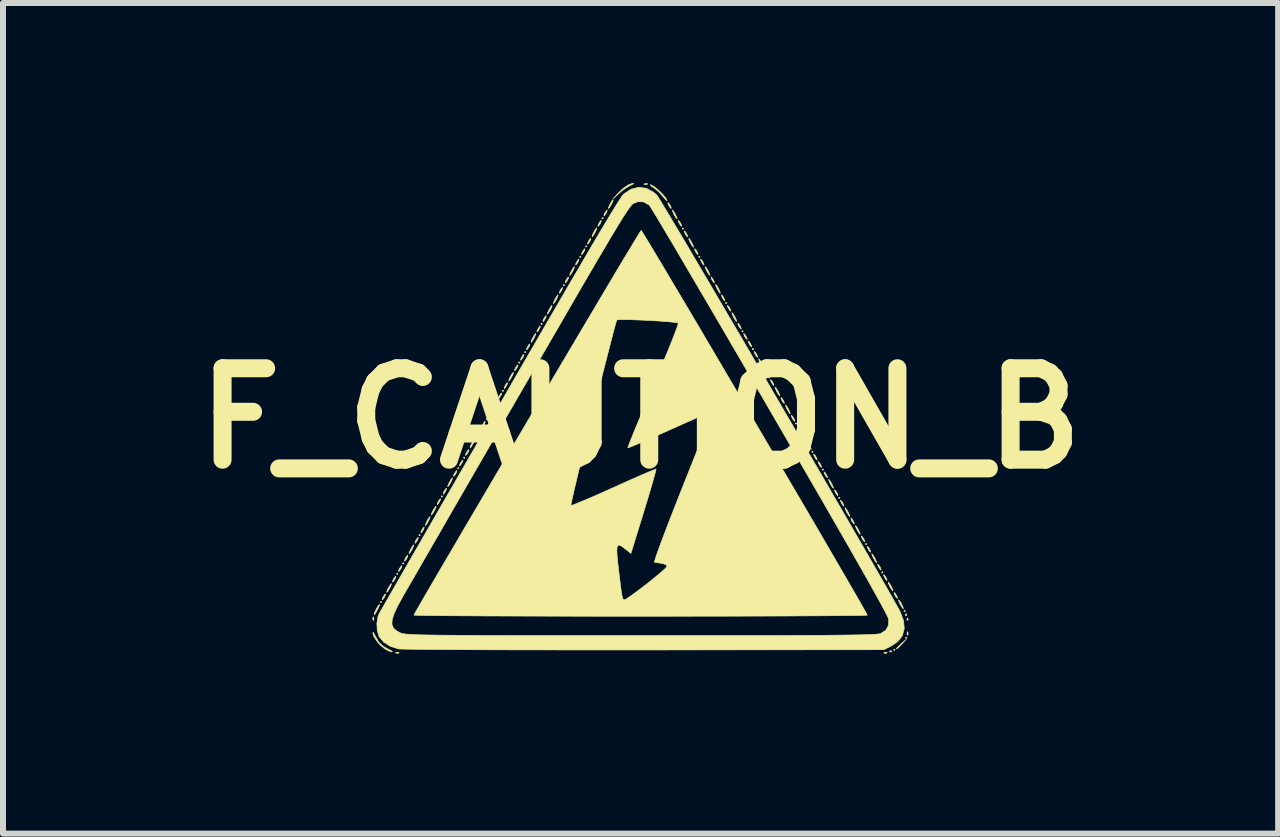
<source format=kicad_pcb>
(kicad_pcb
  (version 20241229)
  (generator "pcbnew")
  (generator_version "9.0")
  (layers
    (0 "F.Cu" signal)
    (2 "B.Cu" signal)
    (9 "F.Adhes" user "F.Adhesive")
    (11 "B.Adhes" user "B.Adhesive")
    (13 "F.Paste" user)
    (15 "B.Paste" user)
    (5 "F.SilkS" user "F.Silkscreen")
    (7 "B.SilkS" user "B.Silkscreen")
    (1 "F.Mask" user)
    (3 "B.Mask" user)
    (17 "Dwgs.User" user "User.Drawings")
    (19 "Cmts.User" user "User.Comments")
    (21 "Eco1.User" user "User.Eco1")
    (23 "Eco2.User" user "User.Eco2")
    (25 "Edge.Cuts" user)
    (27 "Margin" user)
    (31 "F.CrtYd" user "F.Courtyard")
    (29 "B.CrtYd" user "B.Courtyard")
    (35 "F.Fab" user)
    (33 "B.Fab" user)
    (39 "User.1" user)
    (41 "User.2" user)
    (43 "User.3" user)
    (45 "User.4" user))
  (footprint "F_CAUTION_B"
    (layer "F.Cu")
    (at 7.627 3.923)
    (property "Reference" "F_CAUTION_B" (at 0 0 0) (layer "F.SilkS") (effects (font (size 1.524 1.524) (thickness 0.3))))
    (attr through_hole)
    (fp_poly (pts (xy -4.316 3.063) (xy -4.328 3.076) (xy -4.341 3.063) (xy -4.328 3.051) (xy -4.316 3.063)) (stroke (width 0.01) (type solid)) (fill yes) (layer "F.SilkS"))
    (fp_poly (pts (xy -4.043 2.592) (xy -4.056 2.604) (xy -4.068 2.592) (xy -4.056 2.58) (xy -4.043 2.592)) (stroke (width 0.01) (type solid)) (fill yes) (layer "F.SilkS"))
    (fp_poly (pts (xy -3.944 2.418) (xy -3.956 2.431) (xy -3.969 2.418) (xy -3.956 2.406) (xy -3.944 2.418)) (stroke (width 0.01) (type solid)) (fill yes) (layer "F.SilkS"))
    (fp_poly (pts (xy -3.671 1.947) (xy -3.683 1.96) (xy -3.696 1.947) (xy -3.683 1.935) (xy -3.671 1.947)) (stroke (width 0.01) (type solid)) (fill yes) (layer "F.SilkS"))
    (fp_poly (pts (xy -3.299 1.302) (xy -3.311 1.315) (xy -3.324 1.302) (xy -3.311 1.29) (xy -3.299 1.302)) (stroke (width 0.01) (type solid)) (fill yes) (layer "F.SilkS"))
    (fp_poly (pts (xy -3.026 0.831) (xy -3.039 0.843) (xy -3.051 0.831) (xy -3.039 0.819) (xy -3.026 0.831)) (stroke (width 0.01) (type solid)) (fill yes) (layer "F.SilkS"))
    (fp_poly (pts (xy -2.927 0.657) (xy -2.939 0.67) (xy -2.952 0.657) (xy -2.939 0.645) (xy -2.927 0.657)) (stroke (width 0.01) (type solid)) (fill yes) (layer "F.SilkS"))
    (fp_poly (pts (xy -2.654 0.186) (xy -2.667 0.198) (xy -2.679 0.186) (xy -2.667 0.174) (xy -2.654 0.186)) (stroke (width 0.01) (type solid)) (fill yes) (layer "F.SilkS"))
    (fp_poly (pts (xy -2.282 -0.459) (xy -2.294 -0.446) (xy -2.307 -0.459) (xy -2.294 -0.471) (xy -2.282 -0.459)) (stroke (width 0.01) (type solid)) (fill yes) (layer "F.SilkS"))
    (fp_poly (pts (xy -2.009 -0.93) (xy -2.022 -0.918) (xy -2.034 -0.93) (xy -2.022 -0.943) (xy -2.009 -0.93)) (stroke (width 0.01) (type solid)) (fill yes) (layer "F.SilkS"))
    (fp_poly (pts (xy -1.91 -1.104) (xy -1.922 -1.091) (xy -1.935 -1.104) (xy -1.922 -1.116) (xy -1.91 -1.104)) (stroke (width 0.01) (type solid)) (fill yes) (layer "F.SilkS"))
    (fp_poly (pts (xy -1.637 -1.575) (xy -1.65 -1.563) (xy -1.662 -1.575) (xy -1.65 -1.587) (xy -1.637 -1.575)) (stroke (width 0.01) (type solid)) (fill yes) (layer "F.SilkS"))
    (fp_poly (pts (xy -1.265 -2.22) (xy -1.277 -2.208) (xy -1.29 -2.22) (xy -1.277 -2.232) (xy -1.265 -2.22)) (stroke (width 0.01) (type solid)) (fill yes) (layer "F.SilkS"))
    (fp_poly (pts (xy -0.992 -2.691) (xy -1.005 -2.679) (xy -1.017 -2.691) (xy -1.005 -2.704) (xy -0.992 -2.691)) (stroke (width 0.01) (type solid)) (fill yes) (layer "F.SilkS"))
    (fp_poly (pts (xy -0.893 -2.865) (xy -0.905 -2.853) (xy -0.918 -2.865) (xy -0.905 -2.877) (xy -0.893 -2.865)) (stroke (width 0.01) (type solid)) (fill yes) (layer "F.SilkS"))
    (fp_poly (pts (xy -0.62 -3.336) (xy -0.633 -3.324) (xy -0.645 -3.336) (xy -0.633 -3.349) (xy -0.62 -3.336)) (stroke (width 0.01) (type solid)) (fill yes) (layer "F.SilkS"))
    (fp_poly (pts (xy 0.719 -3.163) (xy 0.707 -3.15) (xy 0.695 -3.163) (xy 0.707 -3.175) (xy 0.719 -3.163)) (stroke (width 0.01) (type solid)) (fill yes) (layer "F.SilkS"))
    (fp_poly (pts (xy 0.992 -2.691) (xy 0.98 -2.679) (xy 0.967 -2.691) (xy 0.98 -2.704) (xy 0.992 -2.691)) (stroke (width 0.01) (type solid)) (fill yes) (layer "F.SilkS"))
    (fp_poly (pts (xy 1.439 -1.922) (xy 1.426 -1.91) (xy 1.414 -1.922) (xy 1.426 -1.935) (xy 1.439 -1.922)) (stroke (width 0.01) (type solid)) (fill yes) (layer "F.SilkS"))
    (fp_poly (pts (xy 1.712 -1.451) (xy 1.699 -1.439) (xy 1.687 -1.451) (xy 1.699 -1.463) (xy 1.712 -1.451)) (stroke (width 0.01) (type solid)) (fill yes) (layer "F.SilkS"))
    (fp_poly (pts (xy 1.885 -1.153) (xy 1.873 -1.141) (xy 1.86 -1.153) (xy 1.873 -1.166) (xy 1.885 -1.153)) (stroke (width 0.01) (type solid)) (fill yes) (layer "F.SilkS"))
    (fp_poly (pts (xy 2.158 -0.682) (xy 2.146 -0.67) (xy 2.133 -0.682) (xy 2.146 -0.695) (xy 2.158 -0.682)) (stroke (width 0.01) (type solid)) (fill yes) (layer "F.SilkS"))
    (fp_poly (pts (xy 2.604 0.087) (xy 2.592 0.099) (xy 2.58 0.087) (xy 2.592 0.074) (xy 2.604 0.087)) (stroke (width 0.01) (type solid)) (fill yes) (layer "F.SilkS"))
    (fp_poly (pts (xy 2.877 0.558) (xy 2.865 0.571) (xy 2.853 0.558) (xy 2.865 0.546) (xy 2.877 0.558)) (stroke (width 0.01) (type solid)) (fill yes) (layer "F.SilkS"))
    (fp_poly (pts (xy 3.051 0.856) (xy 3.039 0.868) (xy 3.026 0.856) (xy 3.039 0.843) (xy 3.051 0.856)) (stroke (width 0.01) (type solid)) (fill yes) (layer "F.SilkS"))
    (fp_poly (pts (xy 3.324 1.327) (xy 3.311 1.339) (xy 3.299 1.327) (xy 3.311 1.315) (xy 3.324 1.327)) (stroke (width 0.01) (type solid)) (fill yes) (layer "F.SilkS"))
    (fp_poly (pts (xy 3.77 2.096) (xy 3.758 2.108) (xy 3.746 2.096) (xy 3.758 2.084) (xy 3.77 2.096)) (stroke (width 0.01) (type solid)) (fill yes) (layer "F.SilkS"))
    (fp_poly (pts (xy 4.043 2.567) (xy 4.031 2.58) (xy 4.018 2.567) (xy 4.031 2.555) (xy 4.043 2.567)) (stroke (width 0.01) (type solid)) (fill yes) (layer "F.SilkS"))
    (fp_poly (pts (xy 4.242 3.857) (xy 4.229 3.87) (xy 4.217 3.857) (xy 4.229 3.845) (xy 4.242 3.857)) (stroke (width 0.01) (type solid)) (fill yes) (layer "F.SilkS"))
    (fp_poly (pts (xy 4.415 3.212) (xy 4.403 3.225) (xy 4.39 3.212) (xy 4.403 3.2) (xy 4.415 3.212)) (stroke (width 0.01) (type solid)) (fill yes) (layer "F.SilkS"))
    (fp_poly (pts (xy 4.44 3.659) (xy 4.428 3.671) (xy 4.415 3.659) (xy 4.428 3.646) (xy 4.44 3.659)) (stroke (width 0.01) (type solid)) (fill yes) (layer "F.SilkS"))
    (fp_poly (pts (xy -4.448 3.319) (xy -4.445 3.358) (xy -4.45 3.367) (xy -4.461 3.359) (xy -4.463 3.334) (xy -4.457 3.308) (xy -4.448 3.319)) (stroke (width 0.01) (type solid)) (fill yes) (layer "F.SilkS"))
    (fp_poly (pts (xy -4.025 3.904) (xy -4.032 3.915) (xy -4.058 3.917) (xy -4.084 3.911) (xy -4.073 3.902) (xy -4.034 3.899) (xy -4.025 3.904)) (stroke (width 0.01) (type solid)) (fill yes) (layer "F.SilkS"))
    (fp_poly (pts (xy 0.117 -3.909) (xy 0.11 -3.898) (xy 0.085 -3.896) (xy 0.058 -3.902) (xy 0.07 -3.911) (xy 0.109 -3.914) (xy 0.117 -3.909)) (stroke (width 0.01) (type solid)) (fill yes) (layer "F.SilkS"))
    (fp_poly (pts (xy 4.111 3.904) (xy 4.103 3.915) (xy 4.078 3.917) (xy 4.052 3.911) (xy 4.063 3.902) (xy 4.102 3.899) (xy 4.111 3.904)) (stroke (width 0.01) (type solid)) (fill yes) (layer "F.SilkS"))
    (fp_poly (pts (xy 4.184 3.878) (xy 4.18 3.893) (xy 4.167 3.894) (xy 4.147 3.885) (xy 4.151 3.878) (xy 4.18 3.875) (xy 4.184 3.878)) (stroke (width 0.01) (type solid)) (fill yes) (layer "F.SilkS"))
    (fp_poly (pts (xy 4.432 3.258) (xy 4.435 3.287) (xy 4.432 3.291) (xy 4.417 3.287) (xy 4.415 3.274) (xy 4.424 3.254) (xy 4.432 3.258)) (stroke (width 0.01) (type solid)) (fill yes) (layer "F.SilkS"))
    (fp_poly (pts (xy 4.457 3.332) (xy 4.46 3.362) (xy 4.457 3.365) (xy 4.442 3.362) (xy 4.44 3.349) (xy 4.449 3.328) (xy 4.457 3.332)) (stroke (width 0.01) (type solid)) (fill yes) (layer "F.SilkS"))
    (fp_poly (pts (xy 4.457 3.567) (xy 4.46 3.606) (xy 4.455 3.615) (xy 4.444 3.607) (xy 4.442 3.582) (xy 4.448 3.556) (xy 4.457 3.567)) (stroke (width 0.01) (type solid)) (fill yes) (layer "F.SilkS"))
    (fp_poly (pts (xy -4.252 2.945) (xy -4.266 2.977) (xy -4.292 3.016) (xy -4.305 3.026) (xy -4.305 3.008) (xy -4.291 2.977) (xy -4.266 2.938) (xy -4.252 2.927) (xy -4.252 2.945)) (stroke (width 0.01) (type solid)) (fill yes) (layer "F.SilkS"))
    (fp_poly (pts (xy -4.079 2.648) (xy -4.093 2.679) (xy -4.118 2.718) (xy -4.132 2.729) (xy -4.132 2.71) (xy -4.118 2.679) (xy -4.092 2.64) (xy -4.079 2.629) (xy -4.079 2.648)) (stroke (width 0.01) (type solid)) (fill yes) (layer "F.SilkS"))
    (fp_poly (pts (xy -3.98 2.474) (xy -3.994 2.505) (xy -4.019 2.544) (xy -4.033 2.555) (xy -4.032 2.537) (xy -4.018 2.505) (xy -3.993 2.466) (xy -3.979 2.456) (xy -3.98 2.474)) (stroke (width 0.01) (type solid)) (fill yes) (layer "F.SilkS"))
    (fp_poly (pts (xy -3.88 2.3) (xy -3.894 2.332) (xy -3.92 2.371) (xy -3.933 2.381) (xy -3.933 2.363) (xy -3.919 2.332) (xy -3.894 2.293) (xy -3.88 2.282) (xy -3.88 2.3)) (stroke (width 0.01) (type solid)) (fill yes) (layer "F.SilkS"))
    (fp_poly (pts (xy -3.707 2.003) (xy -3.721 2.034) (xy -3.746 2.073) (xy -3.76 2.084) (xy -3.759 2.065) (xy -3.746 2.034) (xy -3.72 1.995) (xy -3.707 1.984) (xy -3.707 2.003)) (stroke (width 0.01) (type solid)) (fill yes) (layer "F.SilkS"))
    (fp_poly (pts (xy -3.608 1.829) (xy -3.621 1.86) (xy -3.647 1.899) (xy -3.66 1.91) (xy -3.66 1.892) (xy -3.646 1.86) (xy -3.621 1.821) (xy -3.607 1.811) (xy -3.608 1.829)) (stroke (width 0.01) (type solid)) (fill yes) (layer "F.SilkS"))
    (fp_poly (pts (xy -3.335 1.358) (xy -3.349 1.389) (xy -3.374 1.428) (xy -3.388 1.439) (xy -3.387 1.42) (xy -3.373 1.389) (xy -3.348 1.35) (xy -3.334 1.339) (xy -3.335 1.358)) (stroke (width 0.01) (type solid)) (fill yes) (layer "F.SilkS"))
    (fp_poly (pts (xy -3.235 1.184) (xy -3.249 1.215) (xy -3.275 1.254) (xy -3.288 1.265) (xy -3.288 1.247) (xy -3.274 1.215) (xy -3.249 1.176) (xy -3.235 1.166) (xy -3.235 1.184)) (stroke (width 0.01) (type solid)) (fill yes) (layer "F.SilkS"))
    (fp_poly (pts (xy -3.062 0.886) (xy -3.076 0.918) (xy -3.101 0.957) (xy -3.115 0.967) (xy -3.115 0.949) (xy -3.101 0.918) (xy -3.075 0.879) (xy -3.062 0.868) (xy -3.062 0.886)) (stroke (width 0.01) (type solid)) (fill yes) (layer "F.SilkS"))
    (fp_poly (pts (xy -2.963 0.713) (xy -2.977 0.744) (xy -3.002 0.783) (xy -3.016 0.794) (xy -3.015 0.776) (xy -3.001 0.744) (xy -2.976 0.705) (xy -2.962 0.695) (xy -2.963 0.713)) (stroke (width 0.01) (type solid)) (fill yes) (layer "F.SilkS"))
    (fp_poly (pts (xy -2.863 0.539) (xy -2.877 0.571) (xy -2.903 0.609) (xy -2.916 0.62) (xy -2.916 0.602) (xy -2.902 0.571) (xy -2.877 0.532) (xy -2.863 0.521) (xy -2.863 0.539)) (stroke (width 0.01) (type solid)) (fill yes) (layer "F.SilkS"))
    (fp_poly (pts (xy -2.69 0.241) (xy -2.704 0.273) (xy -2.729 0.312) (xy -2.743 0.322) (xy -2.742 0.304) (xy -2.729 0.273) (xy -2.703 0.234) (xy -2.69 0.223) (xy -2.69 0.241)) (stroke (width 0.01) (type solid)) (fill yes) (layer "F.SilkS"))
    (fp_poly (pts (xy -2.591 0.068) (xy -2.604 0.099) (xy -2.63 0.138) (xy -2.643 0.149) (xy -2.643 0.131) (xy -2.629 0.099) (xy -2.604 0.06) (xy -2.59 0.05) (xy -2.591 0.068)) (stroke (width 0.01) (type solid)) (fill yes) (layer "F.SilkS"))
    (fp_poly (pts (xy -2.318 -0.403) (xy -2.332 -0.372) (xy -2.357 -0.333) (xy -2.371 -0.322) (xy -2.37 -0.341) (xy -2.356 -0.372) (xy -2.331 -0.411) (xy -2.317 -0.422) (xy -2.318 -0.403)) (stroke (width 0.01) (type solid)) (fill yes) (layer "F.SilkS"))
    (fp_poly (pts (xy -2.218 -0.577) (xy -2.232 -0.546) (xy -2.258 -0.507) (xy -2.271 -0.496) (xy -2.271 -0.514) (xy -2.257 -0.546) (xy -2.232 -0.585) (xy -2.218 -0.595) (xy -2.218 -0.577)) (stroke (width 0.01) (type solid)) (fill yes) (layer "F.SilkS"))
    (fp_poly (pts (xy -2.045 -0.875) (xy -2.059 -0.843) (xy -2.084 -0.804) (xy -2.098 -0.794) (xy -2.098 -0.812) (xy -2.084 -0.843) (xy -2.058 -0.882) (xy -2.045 -0.893) (xy -2.045 -0.875)) (stroke (width 0.01) (type solid)) (fill yes) (layer "F.SilkS"))
    (fp_poly (pts (xy -1.946 -1.048) (xy -1.96 -1.017) (xy -1.985 -0.978) (xy -1.999 -0.967) (xy -1.998 -0.986) (xy -1.984 -1.017) (xy -1.959 -1.056) (xy -1.945 -1.067) (xy -1.946 -1.048)) (stroke (width 0.01) (type solid)) (fill yes) (layer "F.SilkS"))
    (fp_poly (pts (xy -1.846 -1.222) (xy -1.86 -1.191) (xy -1.886 -1.152) (xy -1.899 -1.141) (xy -1.899 -1.159) (xy -1.885 -1.191) (xy -1.86 -1.23) (xy -1.846 -1.24) (xy -1.846 -1.222)) (stroke (width 0.01) (type solid)) (fill yes) (layer "F.SilkS"))
    (fp_poly (pts (xy -1.673 -1.52) (xy -1.687 -1.488) (xy -1.712 -1.449) (xy -1.726 -1.439) (xy -1.726 -1.457) (xy -1.712 -1.488) (xy -1.686 -1.527) (xy -1.673 -1.538) (xy -1.673 -1.52)) (stroke (width 0.01) (type solid)) (fill yes) (layer "F.SilkS"))
    (fp_poly (pts (xy -1.574 -1.693) (xy -1.587 -1.662) (xy -1.613 -1.623) (xy -1.626 -1.612) (xy -1.626 -1.631) (xy -1.612 -1.662) (xy -1.587 -1.701) (xy -1.573 -1.712) (xy -1.574 -1.693)) (stroke (width 0.01) (type solid)) (fill yes) (layer "F.SilkS"))
    (fp_poly (pts (xy -1.301 -2.165) (xy -1.315 -2.133) (xy -1.34 -2.094) (xy -1.354 -2.084) (xy -1.353 -2.102) (xy -1.339 -2.133) (xy -1.314 -2.172) (xy -1.3 -2.183) (xy -1.301 -2.165)) (stroke (width 0.01) (type solid)) (fill yes) (layer "F.SilkS"))
    (fp_poly (pts (xy -1.201 -2.338) (xy -1.215 -2.307) (xy -1.241 -2.268) (xy -1.254 -2.257) (xy -1.254 -2.275) (xy -1.24 -2.307) (xy -1.215 -2.346) (xy -1.201 -2.356) (xy -1.201 -2.338)) (stroke (width 0.01) (type solid)) (fill yes) (layer "F.SilkS"))
    (fp_poly (pts (xy -1.028 -2.636) (xy -1.042 -2.604) (xy -1.067 -2.566) (xy -1.081 -2.555) (xy -1.081 -2.573) (xy -1.067 -2.604) (xy -1.041 -2.643) (xy -1.028 -2.654) (xy -1.028 -2.636)) (stroke (width 0.01) (type solid)) (fill yes) (layer "F.SilkS"))
    (fp_poly (pts (xy -0.929 -2.81) (xy -0.943 -2.778) (xy -0.968 -2.739) (xy -0.982 -2.729) (xy -0.981 -2.747) (xy -0.967 -2.778) (xy -0.942 -2.817) (xy -0.928 -2.828) (xy -0.929 -2.81)) (stroke (width 0.01) (type solid)) (fill yes) (layer "F.SilkS"))
    (fp_poly (pts (xy -0.829 -2.983) (xy -0.843 -2.952) (xy -0.869 -2.913) (xy -0.882 -2.902) (xy -0.882 -2.92) (xy -0.868 -2.952) (xy -0.843 -2.991) (xy -0.829 -3.001) (xy -0.829 -2.983)) (stroke (width 0.01) (type solid)) (fill yes) (layer "F.SilkS"))
    (fp_poly (pts (xy -0.656 -3.281) (xy -0.67 -3.249) (xy -0.695 -3.21) (xy -0.709 -3.2) (xy -0.709 -3.218) (xy -0.695 -3.249) (xy -0.669 -3.288) (xy -0.656 -3.299) (xy -0.656 -3.281)) (stroke (width 0.01) (type solid)) (fill yes) (layer "F.SilkS"))
    (fp_poly (pts (xy -0.557 -3.454) (xy -0.571 -3.423) (xy -0.596 -3.384) (xy -0.609 -3.373) (xy -0.609 -3.392) (xy -0.595 -3.423) (xy -0.57 -3.462) (xy -0.556 -3.473) (xy -0.557 -3.454)) (stroke (width 0.01) (type solid)) (fill yes) (layer "F.SilkS"))
    (fp_poly (pts (xy 0.477 -3.578) (xy 0.496 -3.547) (xy 0.512 -3.509) (xy 0.51 -3.497) (xy 0.49 -3.516) (xy 0.471 -3.547) (xy 0.455 -3.585) (xy 0.457 -3.597) (xy 0.477 -3.578)) (stroke (width 0.01) (type solid)) (fill yes) (layer "F.SilkS"))
    (fp_poly (pts (xy 0.651 -3.28) (xy 0.67 -3.249) (xy 0.686 -3.211) (xy 0.684 -3.2) (xy 0.664 -3.219) (xy 0.645 -3.249) (xy 0.629 -3.288) (xy 0.631 -3.299) (xy 0.651 -3.28)) (stroke (width 0.01) (type solid)) (fill yes) (layer "F.SilkS"))
    (fp_poly (pts (xy 0.75 -3.106) (xy 0.769 -3.076) (xy 0.785 -3.037) (xy 0.783 -3.026) (xy 0.763 -3.045) (xy 0.744 -3.076) (xy 0.728 -3.114) (xy 0.73 -3.125) (xy 0.75 -3.106)) (stroke (width 0.01) (type solid)) (fill yes) (layer "F.SilkS"))
    (fp_poly (pts (xy 0.924 -2.809) (xy 0.943 -2.778) (xy 0.959 -2.74) (xy 0.957 -2.729) (xy 0.937 -2.748) (xy 0.918 -2.778) (xy 0.902 -2.816) (xy 0.904 -2.828) (xy 0.924 -2.809)) (stroke (width 0.01) (type solid)) (fill yes) (layer "F.SilkS"))
    (fp_poly (pts (xy 1.023 -2.635) (xy 1.042 -2.604) (xy 1.058 -2.566) (xy 1.056 -2.555) (xy 1.036 -2.574) (xy 1.017 -2.604) (xy 1.001 -2.643) (xy 1.003 -2.654) (xy 1.023 -2.635)) (stroke (width 0.01) (type solid)) (fill yes) (layer "F.SilkS"))
    (fp_poly (pts (xy 1.196 -2.337) (xy 1.215 -2.307) (xy 1.231 -2.268) (xy 1.23 -2.257) (xy 1.21 -2.276) (xy 1.191 -2.307) (xy 1.175 -2.345) (xy 1.176 -2.356) (xy 1.196 -2.337)) (stroke (width 0.01) (type solid)) (fill yes) (layer "F.SilkS"))
    (fp_poly (pts (xy 1.37 -2.04) (xy 1.389 -2.009) (xy 1.405 -1.971) (xy 1.403 -1.96) (xy 1.383 -1.979) (xy 1.364 -2.009) (xy 1.348 -2.048) (xy 1.35 -2.059) (xy 1.37 -2.04)) (stroke (width 0.01) (type solid)) (fill yes) (layer "F.SilkS"))
    (fp_poly (pts (xy 1.469 -1.866) (xy 1.488 -1.836) (xy 1.504 -1.797) (xy 1.502 -1.786) (xy 1.483 -1.805) (xy 1.463 -1.836) (xy 1.448 -1.874) (xy 1.449 -1.885) (xy 1.469 -1.866)) (stroke (width 0.01) (type solid)) (fill yes) (layer "F.SilkS"))
    (fp_poly (pts (xy 1.643 -1.568) (xy 1.662 -1.538) (xy 1.678 -1.5) (xy 1.676 -1.488) (xy 1.656 -1.507) (xy 1.637 -1.538) (xy 1.621 -1.576) (xy 1.623 -1.587) (xy 1.643 -1.568)) (stroke (width 0.01) (type solid)) (fill yes) (layer "F.SilkS"))
    (fp_poly (pts (xy 1.742 -1.395) (xy 1.761 -1.364) (xy 1.777 -1.326) (xy 1.775 -1.315) (xy 1.755 -1.334) (xy 1.736 -1.364) (xy 1.72 -1.403) (xy 1.722 -1.414) (xy 1.742 -1.395)) (stroke (width 0.01) (type solid)) (fill yes) (layer "F.SilkS"))
    (fp_poly (pts (xy 1.817 -1.271) (xy 1.836 -1.24) (xy 1.852 -1.202) (xy 1.85 -1.191) (xy 1.83 -1.21) (xy 1.811 -1.24) (xy 1.795 -1.279) (xy 1.797 -1.29) (xy 1.817 -1.271)) (stroke (width 0.01) (type solid)) (fill yes) (layer "F.SilkS"))
    (fp_poly (pts (xy 1.916 -1.097) (xy 1.935 -1.067) (xy 1.951 -1.028) (xy 1.949 -1.017) (xy 1.929 -1.036) (xy 1.91 -1.067) (xy 1.894 -1.105) (xy 1.896 -1.116) (xy 1.916 -1.097)) (stroke (width 0.01) (type solid)) (fill yes) (layer "F.SilkS"))
    (fp_poly (pts (xy 2.089 -0.8) (xy 2.108 -0.769) (xy 2.124 -0.731) (xy 2.123 -0.719) (xy 2.103 -0.738) (xy 2.084 -0.769) (xy 2.068 -0.807) (xy 2.069 -0.819) (xy 2.089 -0.8)) (stroke (width 0.01) (type solid)) (fill yes) (layer "F.SilkS"))
    (fp_poly (pts (xy 2.189 -0.626) (xy 2.208 -0.595) (xy 2.224 -0.557) (xy 2.222 -0.546) (xy 2.202 -0.565) (xy 2.183 -0.595) (xy 2.167 -0.634) (xy 2.169 -0.645) (xy 2.189 -0.626)) (stroke (width 0.01) (type solid)) (fill yes) (layer "F.SilkS"))
    (fp_poly (pts (xy 2.362 -0.328) (xy 2.381 -0.298) (xy 2.397 -0.259) (xy 2.395 -0.248) (xy 2.375 -0.267) (xy 2.356 -0.298) (xy 2.34 -0.336) (xy 2.342 -0.347) (xy 2.362 -0.328)) (stroke (width 0.01) (type solid)) (fill yes) (layer "F.SilkS"))
    (fp_poly (pts (xy 2.536 -0.031) (xy 2.555 0) (xy 2.571 0.038) (xy 2.569 0.05) (xy 2.549 0.031) (xy 2.53 0) (xy 2.514 -0.038) (xy 2.516 -0.05) (xy 2.536 -0.031)) (stroke (width 0.01) (type solid)) (fill yes) (layer "F.SilkS"))
    (fp_poly (pts (xy 2.635 0.143) (xy 2.654 0.174) (xy 2.67 0.212) (xy 2.668 0.223) (xy 2.648 0.204) (xy 2.629 0.174) (xy 2.613 0.135) (xy 2.615 0.124) (xy 2.635 0.143)) (stroke (width 0.01) (type solid)) (fill yes) (layer "F.SilkS"))
    (fp_poly (pts (xy 2.809 0.441) (xy 2.828 0.471) (xy 2.844 0.51) (xy 2.842 0.521) (xy 2.822 0.502) (xy 2.803 0.471) (xy 2.787 0.433) (xy 2.789 0.422) (xy 2.809 0.441)) (stroke (width 0.01) (type solid)) (fill yes) (layer "F.SilkS"))
    (fp_poly (pts (xy 2.908 0.614) (xy 2.927 0.645) (xy 2.943 0.683) (xy 2.941 0.695) (xy 2.921 0.676) (xy 2.902 0.645) (xy 2.886 0.607) (xy 2.888 0.595) (xy 2.908 0.614)) (stroke (width 0.01) (type solid)) (fill yes) (layer "F.SilkS"))
    (fp_poly (pts (xy 2.982 0.738) (xy 3.001 0.769) (xy 3.017 0.807) (xy 3.016 0.819) (xy 2.996 0.8) (xy 2.977 0.769) (xy 2.961 0.731) (xy 2.962 0.719) (xy 2.982 0.738)) (stroke (width 0.01) (type solid)) (fill yes) (layer "F.SilkS"))
    (fp_poly (pts (xy 3.082 0.912) (xy 3.101 0.943) (xy 3.117 0.981) (xy 3.115 0.992) (xy 3.095 0.973) (xy 3.076 0.943) (xy 3.06 0.904) (xy 3.062 0.893) (xy 3.082 0.912)) (stroke (width 0.01) (type solid)) (fill yes) (layer "F.SilkS"))
    (fp_poly (pts (xy 3.255 1.21) (xy 3.274 1.24) (xy 3.29 1.279) (xy 3.288 1.29) (xy 3.268 1.271) (xy 3.249 1.24) (xy 3.233 1.202) (xy 3.235 1.191) (xy 3.255 1.21)) (stroke (width 0.01) (type solid)) (fill yes) (layer "F.SilkS"))
    (fp_poly (pts (xy 3.354 1.383) (xy 3.373 1.414) (xy 3.389 1.452) (xy 3.388 1.463) (xy 3.368 1.444) (xy 3.349 1.414) (xy 3.333 1.376) (xy 3.334 1.364) (xy 3.354 1.383)) (stroke (width 0.01) (type solid)) (fill yes) (layer "F.SilkS"))
    (fp_poly (pts (xy 3.528 1.681) (xy 3.547 1.712) (xy 3.563 1.75) (xy 3.561 1.761) (xy 3.541 1.742) (xy 3.522 1.712) (xy 3.506 1.673) (xy 3.508 1.662) (xy 3.528 1.681)) (stroke (width 0.01) (type solid)) (fill yes) (layer "F.SilkS"))
    (fp_poly (pts (xy 3.702 1.979) (xy 3.721 2.009) (xy 3.737 2.048) (xy 3.735 2.059) (xy 3.715 2.04) (xy 3.696 2.009) (xy 3.68 1.971) (xy 3.682 1.96) (xy 3.702 1.979)) (stroke (width 0.01) (type solid)) (fill yes) (layer "F.SilkS"))
    (fp_poly (pts (xy 3.801 2.152) (xy 3.82 2.183) (xy 3.836 2.221) (xy 3.834 2.232) (xy 3.814 2.213) (xy 3.795 2.183) (xy 3.779 2.144) (xy 3.781 2.133) (xy 3.801 2.152)) (stroke (width 0.01) (type solid)) (fill yes) (layer "F.SilkS"))
    (fp_poly (pts (xy 3.975 2.45) (xy 3.994 2.48) (xy 4.01 2.519) (xy 4.008 2.53) (xy 3.988 2.511) (xy 3.969 2.48) (xy 3.953 2.442) (xy 3.955 2.431) (xy 3.975 2.45)) (stroke (width 0.01) (type solid)) (fill yes) (layer "F.SilkS"))
    (fp_poly (pts (xy 4.074 2.624) (xy 4.093 2.654) (xy 4.109 2.692) (xy 4.107 2.704) (xy 4.087 2.685) (xy 4.068 2.654) (xy 4.052 2.616) (xy 4.054 2.604) (xy 4.074 2.624)) (stroke (width 0.01) (type solid)) (fill yes) (layer "F.SilkS"))
    (fp_poly (pts (xy 4.247 2.921) (xy 4.266 2.952) (xy 4.282 2.99) (xy 4.281 3.001) (xy 4.261 2.982) (xy 4.242 2.952) (xy 4.226 2.913) (xy 4.227 2.902) (xy 4.247 2.921)) (stroke (width 0.01) (type solid)) (fill yes) (layer "F.SilkS"))
    (fp_poly (pts (xy 4.355 3.764) (xy 4.302 3.82) (xy 4.274 3.843) (xy 4.266 3.837) (xy 4.266 3.837) (xy 4.283 3.817) (xy 4.325 3.777) (xy 4.347 3.756) (xy 4.428 3.683) (xy 4.355 3.764)) (stroke (width 0.01) (type solid)) (fill yes) (layer "F.SilkS"))
    (fp_poly (pts (xy -4.354 3.12) (xy -4.374 3.168) (xy -4.381 3.181) (xy -4.416 3.248) (xy -4.434 3.274) (xy -4.44 3.267) (xy -4.44 3.265) (xy -4.43 3.231) (xy -4.405 3.18) (xy -4.377 3.13) (xy -4.355 3.102) (xy -4.352 3.101) (xy -4.354 3.12)) (stroke (width 0.01) (type solid)) (fill yes) (layer "F.SilkS"))
    (fp_poly (pts (xy -4.155 2.772) (xy -4.175 2.819) (xy -4.18 2.828) (xy -4.209 2.878) (xy -4.229 2.902) (xy -4.23 2.902) (xy -4.229 2.883) (xy -4.209 2.836) (xy -4.204 2.828) (xy -4.175 2.778) (xy -4.155 2.754) (xy -4.154 2.753) (xy -4.155 2.772)) (stroke (width 0.01) (type solid)) (fill yes) (layer "F.SilkS"))
    (fp_poly (pts (xy -3.783 2.127) (xy -3.803 2.174) (xy -3.808 2.183) (xy -3.837 2.233) (xy -3.857 2.257) (xy -3.858 2.257) (xy -3.857 2.238) (xy -3.837 2.191) (xy -3.832 2.183) (xy -3.803 2.133) (xy -3.783 2.109) (xy -3.781 2.108) (xy -3.783 2.127)) (stroke (width 0.01) (type solid)) (fill yes) (layer "F.SilkS"))
    (fp_poly (pts (xy -3.51 1.656) (xy -3.53 1.703) (xy -3.535 1.712) (xy -3.564 1.762) (xy -3.584 1.786) (xy -3.586 1.786) (xy -3.584 1.767) (xy -3.564 1.72) (xy -3.559 1.712) (xy -3.53 1.661) (xy -3.51 1.637) (xy -3.509 1.637) (xy -3.51 1.656)) (stroke (width 0.01) (type solid)) (fill yes) (layer "F.SilkS"))
    (fp_poly (pts (xy -3.411 1.483) (xy -3.431 1.529) (xy -3.435 1.538) (xy -3.465 1.588) (xy -3.485 1.612) (xy -3.486 1.612) (xy -3.485 1.593) (xy -3.465 1.546) (xy -3.46 1.538) (xy -3.431 1.488) (xy -3.411 1.464) (xy -3.409 1.463) (xy -3.411 1.483)) (stroke (width 0.01) (type solid)) (fill yes) (layer "F.SilkS"))
    (fp_poly (pts (xy -3.138 1.011) (xy -3.158 1.058) (xy -3.163 1.067) (xy -3.192 1.117) (xy -3.212 1.141) (xy -3.213 1.141) (xy -3.212 1.122) (xy -3.192 1.075) (xy -3.187 1.067) (xy -3.158 1.016) (xy -3.138 0.993) (xy -3.137 0.992) (xy -3.138 1.011)) (stroke (width 0.01) (type solid)) (fill yes) (layer "F.SilkS"))
    (fp_poly (pts (xy -2.766 0.366) (xy -2.786 0.413) (xy -2.791 0.422) (xy -2.82 0.472) (xy -2.84 0.496) (xy -2.841 0.496) (xy -2.84 0.477) (xy -2.82 0.43) (xy -2.815 0.422) (xy -2.786 0.371) (xy -2.766 0.348) (xy -2.764 0.347) (xy -2.766 0.366)) (stroke (width 0.01) (type solid)) (fill yes) (layer "F.SilkS"))
    (fp_poly (pts (xy -2.493 -0.105) (xy -2.513 -0.058) (xy -2.518 -0.05) (xy -2.547 0.001) (xy -2.567 0.024) (xy -2.569 0.025) (xy -2.567 0.006) (xy -2.547 -0.041) (xy -2.542 -0.05) (xy -2.513 -0.1) (xy -2.493 -0.124) (xy -2.492 -0.124) (xy -2.493 -0.105)) (stroke (width 0.01) (type solid)) (fill yes) (layer "F.SilkS"))
    (fp_poly (pts (xy -2.394 -0.279) (xy -2.414 -0.232) (xy -2.418 -0.223) (xy -2.448 -0.173) (xy -2.468 -0.149) (xy -2.469 -0.149) (xy -2.468 -0.168) (xy -2.448 -0.215) (xy -2.443 -0.223) (xy -2.414 -0.273) (xy -2.394 -0.297) (xy -2.392 -0.298) (xy -2.394 -0.279)) (stroke (width 0.01) (type solid)) (fill yes) (layer "F.SilkS"))
    (fp_poly (pts (xy -2.121 -0.75) (xy -2.141 -0.703) (xy -2.146 -0.695) (xy -2.175 -0.644) (xy -2.195 -0.62) (xy -2.196 -0.62) (xy -2.195 -0.639) (xy -2.175 -0.686) (xy -2.17 -0.695) (xy -2.141 -0.745) (xy -2.121 -0.769) (xy -2.12 -0.769) (xy -2.121 -0.75)) (stroke (width 0.01) (type solid)) (fill yes) (layer "F.SilkS"))
    (fp_poly (pts (xy -1.749 -1.395) (xy -1.769 -1.348) (xy -1.774 -1.339) (xy -1.803 -1.289) (xy -1.823 -1.265) (xy -1.824 -1.265) (xy -1.823 -1.284) (xy -1.803 -1.331) (xy -1.798 -1.339) (xy -1.769 -1.39) (xy -1.749 -1.414) (xy -1.747 -1.414) (xy -1.749 -1.395)) (stroke (width 0.01) (type solid)) (fill yes) (layer "F.SilkS"))
    (fp_poly (pts (xy -1.476 -1.866) (xy -1.496 -1.819) (xy -1.501 -1.811) (xy -1.53 -1.761) (xy -1.55 -1.737) (xy -1.552 -1.736) (xy -1.55 -1.755) (xy -1.53 -1.802) (xy -1.525 -1.811) (xy -1.496 -1.861) (xy -1.476 -1.885) (xy -1.475 -1.885) (xy -1.476 -1.866)) (stroke (width 0.01) (type solid)) (fill yes) (layer "F.SilkS"))
    (fp_poly (pts (xy -1.377 -2.04) (xy -1.397 -1.993) (xy -1.401 -1.984) (xy -1.431 -1.934) (xy -1.451 -1.91) (xy -1.452 -1.91) (xy -1.451 -1.929) (xy -1.431 -1.976) (xy -1.426 -1.984) (xy -1.397 -2.035) (xy -1.377 -2.058) (xy -1.375 -2.059) (xy -1.377 -2.04)) (stroke (width 0.01) (type solid)) (fill yes) (layer "F.SilkS"))
    (fp_poly (pts (xy -1.104 -2.511) (xy -1.124 -2.464) (xy -1.129 -2.456) (xy -1.158 -2.405) (xy -1.178 -2.382) (xy -1.179 -2.381) (xy -1.178 -2.4) (xy -1.158 -2.447) (xy -1.153 -2.456) (xy -1.124 -2.506) (xy -1.104 -2.53) (xy -1.103 -2.53) (xy -1.104 -2.511)) (stroke (width 0.01) (type solid)) (fill yes) (layer "F.SilkS"))
    (fp_poly (pts (xy -0.732 -3.156) (xy -0.752 -3.109) (xy -0.757 -3.101) (xy -0.786 -3.05) (xy -0.806 -3.026) (xy -0.807 -3.026) (xy -0.806 -3.045) (xy -0.786 -3.092) (xy -0.781 -3.101) (xy -0.752 -3.151) (xy -0.732 -3.175) (xy -0.73 -3.175) (xy -0.732 -3.156)) (stroke (width 0.01) (type solid)) (fill yes) (layer "F.SilkS"))
    (fp_poly (pts (xy -0.459 -3.627) (xy -0.479 -3.58) (xy -0.484 -3.572) (xy -0.513 -3.522) (xy -0.533 -3.498) (xy -0.535 -3.497) (xy -0.533 -3.517) (xy -0.513 -3.563) (xy -0.508 -3.572) (xy -0.479 -3.622) (xy -0.459 -3.646) (xy -0.458 -3.646) (xy -0.459 -3.627)) (stroke (width 0.01) (type solid)) (fill yes) (layer "F.SilkS"))
    (fp_poly (pts (xy -0.118 -3.909) (xy -0.154 -3.889) (xy -0.174 -3.88) (xy -0.244 -3.84) (xy -0.323 -3.782) (xy -0.36 -3.75) (xy -0.459 -3.659) (xy -0.372 -3.754) (xy -0.287 -3.835) (xy -0.202 -3.892) (xy -0.132 -3.918) (xy -0.119 -3.918) (xy -0.118 -3.909)) (stroke (width 0.01) (type solid)) (fill yes) (layer "F.SilkS"))
    (fp_poly (pts (xy 0.551 -3.453) (xy 0.579 -3.405) (xy 0.583 -3.398) (xy 0.605 -3.349) (xy 0.61 -3.324) (xy 0.609 -3.324) (xy 0.59 -3.343) (xy 0.562 -3.391) (xy 0.558 -3.398) (xy 0.536 -3.448) (xy 0.531 -3.472) (xy 0.532 -3.473) (xy 0.551 -3.453)) (stroke (width 0.01) (type solid)) (fill yes) (layer "F.SilkS"))
    (fp_poly (pts (xy 0.823 -2.982) (xy 0.852 -2.934) (xy 0.856 -2.927) (xy 0.878 -2.877) (xy 0.883 -2.853) (xy 0.882 -2.853) (xy 0.863 -2.872) (xy 0.835 -2.92) (xy 0.831 -2.927) (xy 0.808 -2.977) (xy 0.804 -3.001) (xy 0.805 -3.001) (xy 0.823 -2.982)) (stroke (width 0.01) (type solid)) (fill yes) (layer "F.SilkS"))
    (fp_poly (pts (xy 1.096 -2.51) (xy 1.125 -2.463) (xy 1.129 -2.456) (xy 1.151 -2.406) (xy 1.156 -2.382) (xy 1.155 -2.381) (xy 1.136 -2.401) (xy 1.107 -2.449) (xy 1.104 -2.456) (xy 1.081 -2.505) (xy 1.077 -2.53) (xy 1.078 -2.53) (xy 1.096 -2.51)) (stroke (width 0.01) (type solid)) (fill yes) (layer "F.SilkS"))
    (fp_poly (pts (xy 1.27 -2.213) (xy 1.299 -2.165) (xy 1.302 -2.158) (xy 1.325 -2.108) (xy 1.329 -2.084) (xy 1.328 -2.084) (xy 1.31 -2.103) (xy 1.281 -2.151) (xy 1.277 -2.158) (xy 1.255 -2.208) (xy 1.25 -2.232) (xy 1.251 -2.232) (xy 1.27 -2.213)) (stroke (width 0.01) (type solid)) (fill yes) (layer "F.SilkS"))
    (fp_poly (pts (xy 1.543 -1.742) (xy 1.572 -1.694) (xy 1.575 -1.687) (xy 1.598 -1.637) (xy 1.602 -1.613) (xy 1.601 -1.612) (xy 1.583 -1.632) (xy 1.554 -1.68) (xy 1.55 -1.687) (xy 1.528 -1.736) (xy 1.523 -1.761) (xy 1.524 -1.761) (xy 1.543 -1.742)) (stroke (width 0.01) (type solid)) (fill yes) (layer "F.SilkS"))
    (fp_poly (pts (xy 1.989 -0.973) (xy 2.018 -0.925) (xy 2.022 -0.918) (xy 2.044 -0.868) (xy 2.049 -0.844) (xy 2.048 -0.843) (xy 2.029 -0.863) (xy 2 -0.911) (xy 1.997 -0.918) (xy 1.974 -0.967) (xy 1.97 -0.992) (xy 1.971 -0.992) (xy 1.989 -0.973)) (stroke (width 0.01) (type solid)) (fill yes) (layer "F.SilkS"))
    (fp_poly (pts (xy 2.262 -0.501) (xy 2.291 -0.453) (xy 2.294 -0.446) (xy 2.317 -0.397) (xy 2.322 -0.373) (xy 2.321 -0.372) (xy 2.302 -0.392) (xy 2.273 -0.44) (xy 2.27 -0.446) (xy 2.247 -0.496) (xy 2.242 -0.52) (xy 2.244 -0.521) (xy 2.262 -0.501)) (stroke (width 0.01) (type solid)) (fill yes) (layer "F.SilkS"))
    (fp_poly (pts (xy 2.436 -0.204) (xy 2.464 -0.156) (xy 2.468 -0.149) (xy 2.491 -0.099) (xy 2.495 -0.075) (xy 2.494 -0.074) (xy 2.476 -0.094) (xy 2.447 -0.142) (xy 2.443 -0.149) (xy 2.421 -0.198) (xy 2.416 -0.223) (xy 2.417 -0.223) (xy 2.436 -0.204)) (stroke (width 0.01) (type solid)) (fill yes) (layer "F.SilkS"))
    (fp_poly (pts (xy 2.709 0.268) (xy 2.737 0.316) (xy 2.741 0.322) (xy 2.763 0.372) (xy 2.768 0.396) (xy 2.767 0.397) (xy 2.748 0.377) (xy 2.72 0.329) (xy 2.716 0.322) (xy 2.694 0.273) (xy 2.689 0.249) (xy 2.69 0.248) (xy 2.709 0.268)) (stroke (width 0.01) (type solid)) (fill yes) (layer "F.SilkS"))
    (fp_poly (pts (xy 3.155 1.037) (xy 3.184 1.085) (xy 3.187 1.091) (xy 3.21 1.141) (xy 3.215 1.165) (xy 3.213 1.166) (xy 3.195 1.146) (xy 3.166 1.098) (xy 3.163 1.091) (xy 3.14 1.042) (xy 3.135 1.017) (xy 3.137 1.017) (xy 3.155 1.037)) (stroke (width 0.01) (type solid)) (fill yes) (layer "F.SilkS"))
    (fp_poly (pts (xy 3.428 1.508) (xy 3.457 1.556) (xy 3.46 1.563) (xy 3.483 1.612) (xy 3.488 1.637) (xy 3.486 1.637) (xy 3.468 1.617) (xy 3.439 1.57) (xy 3.435 1.563) (xy 3.413 1.513) (xy 3.408 1.489) (xy 3.409 1.488) (xy 3.428 1.508)) (stroke (width 0.01) (type solid)) (fill yes) (layer "F.SilkS"))
    (fp_poly (pts (xy 3.602 1.806) (xy 3.63 1.854) (xy 3.634 1.86) (xy 3.656 1.91) (xy 3.661 1.934) (xy 3.66 1.935) (xy 3.641 1.915) (xy 3.613 1.867) (xy 3.609 1.86) (xy 3.587 1.811) (xy 3.582 1.786) (xy 3.583 1.786) (xy 3.602 1.806)) (stroke (width 0.01) (type solid)) (fill yes) (layer "F.SilkS"))
    (fp_poly (pts (xy 3.874 2.277) (xy 3.903 2.325) (xy 3.907 2.332) (xy 3.929 2.381) (xy 3.934 2.406) (xy 3.933 2.406) (xy 3.914 2.386) (xy 3.886 2.338) (xy 3.882 2.332) (xy 3.859 2.282) (xy 3.855 2.258) (xy 3.856 2.257) (xy 3.874 2.277)) (stroke (width 0.01) (type solid)) (fill yes) (layer "F.SilkS"))
    (fp_poly (pts (xy 4.147 2.748) (xy 4.176 2.796) (xy 4.18 2.803) (xy 4.202 2.853) (xy 4.207 2.877) (xy 4.206 2.877) (xy 4.187 2.858) (xy 4.158 2.81) (xy 4.155 2.803) (xy 4.132 2.753) (xy 4.128 2.729) (xy 4.129 2.729) (xy 4.147 2.748)) (stroke (width 0.01) (type solid)) (fill yes) (layer "F.SilkS"))
    (fp_poly (pts (xy 4.321 3.046) (xy 4.35 3.094) (xy 4.353 3.101) (xy 4.376 3.15) (xy 4.38 3.175) (xy 4.379 3.175) (xy 4.361 3.155) (xy 4.332 3.107) (xy 4.328 3.101) (xy 4.306 3.051) (xy 4.301 3.027) (xy 4.302 3.026) (xy 4.321 3.046)) (stroke (width 0.01) (type solid)) (fill yes) (layer "F.SilkS"))
    (fp_poly (pts (xy -4.435 3.601) (xy -4.426 3.621) (xy -4.366 3.727) (xy -4.288 3.801) (xy -4.204 3.848) (xy -4.154 3.874) (xy -4.137 3.891) (xy -4.145 3.894) (xy -4.19 3.881) (xy -4.252 3.848) (xy -4.268 3.838) (xy -4.339 3.779) (xy -4.402 3.705) (xy -4.447 3.632) (xy -4.464 3.574) (xy -4.455 3.568) (xy -4.435 3.601)) (stroke (width 0.01) (type solid)) (fill yes) (layer "F.SilkS"))
    (fp_poly (pts (xy 0.204 -3.878) (xy 0.26 -3.836) (xy 0.324 -3.78) (xy 0.381 -3.722) (xy 0.42 -3.673) (xy 0.424 -3.667) (xy 0.442 -3.629) (xy 0.432 -3.63) (xy 0.395 -3.671) (xy 0.363 -3.71) (xy 0.3 -3.778) (xy 0.231 -3.836) (xy 0.214 -3.847) (xy 0.172 -3.877) (xy 0.163 -3.893) (xy 0.167 -3.894) (xy 0.204 -3.878)) (stroke (width 0.01) (type solid)) (fill yes) (layer "F.SilkS"))
    (fp_poly (pts (xy 0.094 -3.835) (xy 0.214 -3.771) (xy 0.271 -3.721) (xy 0.29 -3.693) (xy 0.333 -3.624) (xy 0.398 -3.518) (xy 0.482 -3.377) (xy 0.585 -3.205) (xy 0.705 -3.004) (xy 0.839 -2.776) (xy 0.987 -2.525) (xy 1.147 -2.254) (xy 1.317 -1.965) (xy 1.495 -1.661) (xy 1.681 -1.345) (xy 1.871 -1.019) (xy 2.066 -0.687) (xy 2.262 -0.351) (xy 2.458 -0.015) (xy 2.654 0.32) (xy 2.846 0.651) (xy 3.034 0.973) (xy 3.215 1.286) (xy 3.389 1.585) (xy 3.553 1.869) (xy 3.707 2.134) (xy 3.847 2.378) (xy 3.973 2.597) (xy 4.084 2.79) (xy 4.176 2.952) (xy 4.249 3.082) (xy 4.302 3.176) (xy 4.326 3.222) (xy 4.384 3.372) (xy 4.396 3.508) (xy 4.363 3.626) (xy 4.284 3.725) (xy 4.179 3.795) (xy 4.056 3.857) (xy 0.062 3.861) (xy -0.381 3.861) (xy -0.811 3.861) (xy -1.227 3.861) (xy -1.624 3.86) (xy -2.001 3.86) (xy -2.355 3.859) (xy -2.682 3.858) (xy -2.981 3.856) (xy -3.248 3.855) (xy -3.481 3.853) (xy -3.678 3.851) (xy -3.834 3.849) (xy -3.949 3.847) (xy -4.018 3.845) (xy -4.039 3.843) (xy -4.171 3.8) (xy -4.28 3.731) (xy -4.355 3.644) (xy -4.358 3.638) (xy -4.389 3.536) (xy -4.394 3.436) (xy -4.144 3.436) (xy -4.119 3.496) (xy -4.066 3.543) (xy -4.008 3.574) (xy -3.994 3.58) (xy -3.976 3.586) (xy -3.952 3.591) (xy -3.921 3.595) (xy -3.88 3.599) (xy -3.826 3.603) (xy -3.757 3.606) (xy -3.672 3.609) (xy -3.566 3.611) (xy -3.439 3.613) (xy -3.288 3.615) (xy -3.11 3.616) (xy -2.904 3.618) (xy -2.666 3.619) (xy -2.395 3.619) (xy -2.088 3.62) (xy -1.743 3.62) (xy -1.357 3.621) (xy -0.928 3.621) (xy -0.454 3.621) (xy 0.007 3.621) (xy 0.532 3.621) (xy 1.01 3.621) (xy 1.443 3.621) (xy 1.833 3.62) (xy 2.182 3.62) (xy 2.492 3.619) (xy 2.766 3.618) (xy 3.006 3.617) (xy 3.213 3.615) (xy 3.391 3.613) (xy 3.541 3.611) (xy 3.666 3.609) (xy 3.767 3.606) (xy 3.848 3.603) (xy 3.909 3.6) (xy 3.954 3.596) (xy 3.985 3.592) (xy 4.003 3.587) (xy 4.005 3.586) (xy 4.09 3.531) (xy 4.133 3.45) (xy 4.137 3.352) (xy 4.127 3.324) (xy 4.099 3.265) (xy 4.052 3.176) (xy 3.986 3.054) (xy 3.9 2.899) (xy 3.795 2.711) (xy 3.668 2.487) (xy 3.52 2.228) (xy 3.35 1.931) (xy 3.158 1.597) (xy 2.943 1.224) (xy 2.704 0.811) (xy 2.441 0.357) (xy 2.162 -0.124) (xy 1.942 -0.503) (xy 1.729 -0.87) (xy 1.523 -1.223) (xy 1.326 -1.561) (xy 1.139 -1.88) (xy 0.964 -2.178) (xy 0.802 -2.454) (xy 0.655 -2.704) (xy 0.524 -2.927) (xy 0.409 -3.12) (xy 0.314 -3.28) (xy 0.238 -3.406) (xy 0.184 -3.494) (xy 0.152 -3.544) (xy 0.145 -3.554) (xy 0.052 -3.607) (xy -0.044 -3.611) (xy -0.12 -3.582) (xy -0.134 -3.571) (xy -0.153 -3.552) (xy -0.176 -3.522) (xy -0.207 -3.48) (xy -0.245 -3.423) (xy -0.293 -3.349) (xy -0.35 -3.256) (xy -0.419 -3.142) (xy -0.501 -3.006) (xy -0.597 -2.844) (xy -0.708 -2.656) (xy -0.835 -2.439) (xy -0.98 -2.191) (xy -1.143 -1.909) (xy -1.326 -1.593) (xy -1.531 -1.24) (xy -1.758 -0.847) (xy -1.99 -0.446) (xy -2.202 -0.08) (xy -2.409 0.28) (xy -2.61 0.628) (xy -2.804 0.963) (xy -2.988 1.282) (xy -3.161 1.581) (xy -3.321 1.86) (xy -3.468 2.114) (xy -3.599 2.34) (xy -3.712 2.537) (xy -3.807 2.701) (xy -3.881 2.83) (xy -3.934 2.921) (xy -3.958 2.963) (xy -4.048 3.127) (xy -4.109 3.257) (xy -4.14 3.358) (xy -4.144 3.436) (xy -4.394 3.436) (xy -4.395 3.417) (xy -4.376 3.303) (xy -4.358 3.258) (xy -4.341 3.228) (xy -4.301 3.158) (xy -4.239 3.05) (xy -4.156 2.905) (xy -4.054 2.727) (xy -3.934 2.518) (xy -3.797 2.28) (xy -3.644 2.016) (xy -3.478 1.727) (xy -3.299 1.416) (xy -3.108 1.086) (xy -2.908 0.739) (xy -2.699 0.377) (xy -2.483 0.002) (xy -2.345 -0.238) (xy -2.06 -0.732) (xy -1.799 -1.183) (xy -1.561 -1.594) (xy -1.345 -1.965) (xy -1.152 -2.297) (xy -0.979 -2.592) (xy -0.828 -2.851) (xy -0.696 -3.074) (xy -0.583 -3.263) (xy -0.489 -3.419) (xy -0.413 -3.542) (xy -0.354 -3.636) (xy -0.312 -3.699) (xy -0.286 -3.734) (xy -0.281 -3.739) (xy -0.159 -3.819) (xy -0.033 -3.851) (xy 0.094 -3.835)) (stroke (width 0.01) (type solid)) (fill yes) (layer "F.SilkS"))
    (fp_poly (pts (xy 0.025 -3.113) (xy 0.062 -3.052) (xy 0.122 -2.955) (xy 0.201 -2.823) (xy 0.299 -2.66) (xy 0.413 -2.469) (xy 0.542 -2.251) (xy 0.685 -2.011) (xy 0.839 -1.751) (xy 1.003 -1.474) (xy 1.175 -1.182) (xy 1.353 -0.879) (xy 1.537 -0.567) (xy 1.724 -0.25) (xy 1.912 0.071) (xy 2.1 0.391) (xy 2.287 0.709) (xy 2.469 1.021) (xy 2.647 1.324) (xy 2.818 1.616) (xy 2.98 1.893) (xy 3.132 2.154) (xy 3.272 2.395) (xy 3.399 2.613) (xy 3.51 2.805) (xy 3.604 2.968) (xy 3.68 3.101) (xy 3.735 3.199) (xy 3.769 3.259) (xy 3.779 3.28) (xy 3.753 3.283) (xy 3.68 3.285) (xy 3.564 3.287) (xy 3.405 3.288) (xy 3.208 3.29) (xy 2.975 3.292) (xy 2.709 3.293) (xy 2.412 3.295) (xy 2.086 3.296) (xy 1.736 3.297) (xy 1.363 3.298) (xy 0.97 3.298) (xy 0.56 3.299) (xy 0.136 3.299) (xy 0 3.299) (xy -0.428 3.299) (xy -0.843 3.299) (xy -1.241 3.298) (xy -1.621 3.297) (xy -1.979 3.296) (xy -2.312 3.295) (xy -2.618 3.294) (xy -2.894 3.292) (xy -3.138 3.291) (xy -3.347 3.289) (xy -3.517 3.287) (xy -3.647 3.285) (xy -3.734 3.283) (xy -3.774 3.281) (xy -3.777 3.28) (xy -3.766 3.258) (xy -3.731 3.195) (xy -3.674 3.096) (xy -3.597 2.962) (xy -3.501 2.797) (xy -3.388 2.604) (xy -3.26 2.385) (xy -3.118 2.144) (xy -2.965 1.882) (xy -2.801 1.604) (xy -2.709 1.447) (xy -1.161 1.447) (xy -1.161 1.451) (xy -1.135 1.446) (xy -1.07 1.422) (xy -0.971 1.381) (xy -0.843 1.327) (xy -0.693 1.262) (xy -0.526 1.187) (xy -0.448 1.152) (xy -0.275 1.074) (xy -0.118 1.004) (xy 0.02 0.943) (xy 0.131 0.896) (xy 0.211 0.862) (xy 0.253 0.847) (xy 0.259 0.846) (xy 0.254 0.871) (xy 0.237 0.938) (xy 0.208 1.04) (xy 0.17 1.172) (xy 0.124 1.327) (xy 0.071 1.5) (xy 0.055 1.554) (xy -0.16 2.252) (xy -0.251 2.18) (xy -0.306 2.138) (xy -0.347 2.115) (xy -0.375 2.115) (xy -0.39 2.143) (xy -0.395 2.203) (xy -0.39 2.299) (xy -0.376 2.437) (xy -0.358 2.589) (xy -0.339 2.746) (xy -0.324 2.86) (xy -0.312 2.938) (xy -0.302 2.987) (xy -0.291 3.014) (xy -0.278 3.024) (xy -0.266 3.026) (xy -0.237 3.011) (xy -0.177 2.97) (xy -0.092 2.909) (xy 0.011 2.832) (xy 0.099 2.764) (xy 0.21 2.676) (xy 0.306 2.597) (xy 0.381 2.531) (xy 0.428 2.486) (xy 0.442 2.468) (xy 0.425 2.439) (xy 0.36 2.419) (xy 0.355 2.418) (xy 0.286 2.407) (xy 0.238 2.399) (xy 0.232 2.398) (xy 0.236 2.375) (xy 0.256 2.309) (xy 0.292 2.206) (xy 0.343 2.067) (xy 0.407 1.898) (xy 0.482 1.702) (xy 0.568 1.482) (xy 0.662 1.243) (xy 0.673 1.215) (xy 0.785 0.934) (xy 0.88 0.695) (xy 0.959 0.495) (xy 1.022 0.332) (xy 1.072 0.2) (xy 1.11 0.098) (xy 1.137 0.021) (xy 1.153 -0.034) (xy 1.161 -0.07) (xy 1.162 -0.09) (xy 1.156 -0.098) (xy 1.152 -0.099) (xy 1.125 -0.089) (xy 1.059 -0.062) (xy 0.959 -0.018) (xy 0.832 0.038) (xy 0.682 0.105) (xy 0.516 0.179) (xy 0.466 0.202) (xy 0.297 0.277) (xy 0.143 0.345) (xy 0.01 0.403) (xy -0.097 0.448) (xy -0.171 0.479) (xy -0.209 0.491) (xy -0.212 0.491) (xy -0.204 0.467) (xy -0.18 0.401) (xy -0.139 0.3) (xy -0.085 0.166) (xy -0.018 0.006) (xy 0.058 -0.177) (xy 0.143 -0.378) (xy 0.213 -0.544) (xy 0.303 -0.756) (xy 0.385 -0.954) (xy 0.459 -1.133) (xy 0.522 -1.289) (xy 0.572 -1.417) (xy 0.607 -1.512) (xy 0.626 -1.57) (xy 0.629 -1.587) (xy 0.597 -1.595) (xy 0.526 -1.604) (xy 0.424 -1.613) (xy 0.301 -1.622) (xy 0.166 -1.63) (xy 0.027 -1.637) (xy -0.106 -1.642) (xy -0.223 -1.645) (xy -0.317 -1.646) (xy -0.377 -1.643) (xy -0.396 -1.639) (xy -0.406 -1.607) (xy -0.427 -1.534) (xy -0.457 -1.422) (xy -0.494 -1.278) (xy -0.538 -1.107) (xy -0.588 -0.912) (xy -0.642 -0.7) (xy -0.698 -0.474) (xy -0.756 -0.241) (xy -0.815 -0.005) (xy -0.873 0.23) (xy -0.929 0.458) (xy -0.981 0.674) (xy -1.03 0.873) (xy -1.072 1.051) (xy -1.108 1.202) (xy -1.135 1.322) (xy -1.154 1.405) (xy -1.161 1.447) (xy -2.709 1.447) (xy -2.629 1.312) (xy -2.451 1.008) (xy -2.267 0.696) (xy -2.079 0.378) (xy -1.89 0.058) (xy -1.701 -0.262) (xy -1.513 -0.579) (xy -1.329 -0.891) (xy -1.15 -1.193) (xy -0.977 -1.485) (xy -0.813 -1.761) (xy -0.659 -2.021) (xy -0.517 -2.26) (xy -0.388 -2.477) (xy -0.274 -2.667) (xy -0.176 -2.829) (xy -0.098 -2.959) (xy -0.039 -3.055) (xy -0.003 -3.114) (xy 0.01 -3.133) (xy 0.025 -3.113)) (stroke (width 0.01) (type solid)) (fill yes) (layer "F.SilkS")))
  (gr_rect
    (start -3 -3)
    (end 18.255 10.845)
    (stroke (width 0.1) (type default))
    (fill no)
    (layer "Edge.Cuts")))
</source>
